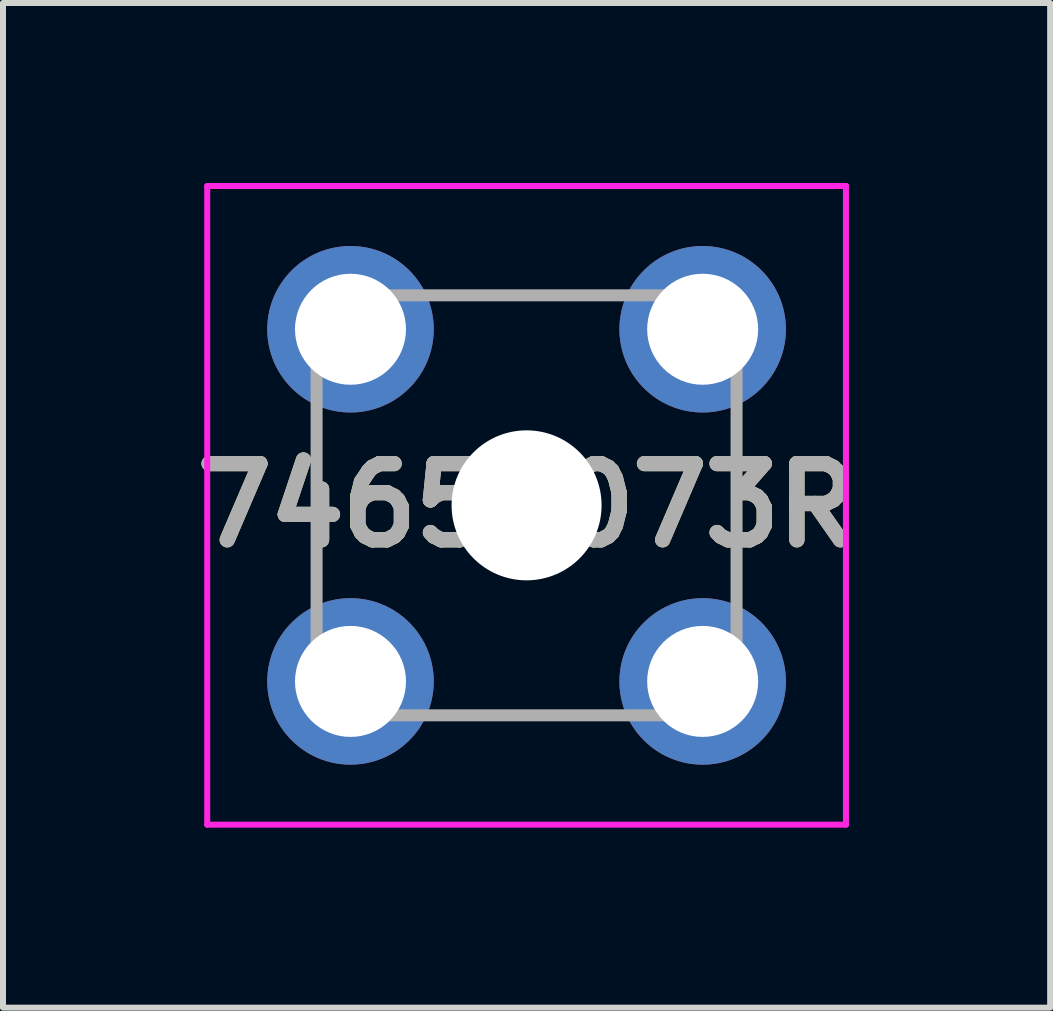
<source format=kicad_pcb>
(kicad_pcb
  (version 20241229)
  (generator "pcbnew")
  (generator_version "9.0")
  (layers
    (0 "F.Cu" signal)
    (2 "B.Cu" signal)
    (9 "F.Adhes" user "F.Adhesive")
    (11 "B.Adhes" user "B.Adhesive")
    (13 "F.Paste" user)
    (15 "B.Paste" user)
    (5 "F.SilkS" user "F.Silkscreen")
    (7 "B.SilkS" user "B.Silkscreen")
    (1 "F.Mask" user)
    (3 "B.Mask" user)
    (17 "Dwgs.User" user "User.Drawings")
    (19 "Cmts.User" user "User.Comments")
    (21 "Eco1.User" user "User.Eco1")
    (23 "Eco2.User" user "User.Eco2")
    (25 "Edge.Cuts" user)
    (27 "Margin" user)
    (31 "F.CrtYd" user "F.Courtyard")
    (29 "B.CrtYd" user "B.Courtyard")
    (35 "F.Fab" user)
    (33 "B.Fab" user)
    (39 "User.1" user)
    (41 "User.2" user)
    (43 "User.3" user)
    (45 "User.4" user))
  (footprint "74650073R"
    (layer "F.Cu")
    (at 2.792 8.308)
    (property "Reference" "74650073R" (at 2.935 -2.935 0) (layer "F.SilkS") (effects (font (size 1.27 1.27) (thickness 0.254))))
    (attr through_hole)
    (fp_line (start -0.565 -3.935) (end -0.565 -3.935) (stroke (width 0.1) (type solid)) (layer "F.SilkS"))
    (fp_line (start -0.565 -3.935) (end -0.565 -1.935) (stroke (width 0.1) (type solid)) (layer "F.SilkS"))
    (fp_line (start -0.565 -1.935) (end -0.565 -3.935) (stroke (width 0.1) (type solid)) (layer "F.SilkS"))
    (fp_line (start -0.565 -1.935) (end -0.565 -1.935) (stroke (width 0.1) (type solid)) (layer "F.SilkS"))
    (fp_line (start 1.685 -6.435) (end 1.685 -6.435) (stroke (width 0.1) (type solid)) (layer "F.SilkS"))
    (fp_line (start 1.685 -6.435) (end 4.185 -6.435) (stroke (width 0.1) (type solid)) (layer "F.SilkS"))
    (fp_line (start 1.685 0.565) (end 1.685 0.565) (stroke (width 0.1) (type solid)) (layer "F.SilkS"))
    (fp_line (start 1.685 0.565) (end 4.185 0.565) (stroke (width 0.1) (type solid)) (layer "F.SilkS"))
    (fp_line (start 4.185 -6.435) (end 1.685 -6.435) (stroke (width 0.1) (type solid)) (layer "F.SilkS"))
    (fp_line (start 4.185 -6.435) (end 4.185 -6.435) (stroke (width 0.1) (type solid)) (layer "F.SilkS"))
    (fp_line (start 4.185 0.565) (end 1.685 0.565) (stroke (width 0.1) (type solid)) (layer "F.SilkS"))
    (fp_line (start 4.185 0.565) (end 4.185 0.565) (stroke (width 0.1) (type solid)) (layer "F.SilkS"))
    (fp_line (start 6.435 -4.185) (end 6.435 -4.185) (stroke (width 0.1) (type solid)) (layer "F.SilkS"))
    (fp_line (start 6.435 -4.185) (end 6.435 -1.685) (stroke (width 0.1) (type solid)) (layer "F.SilkS"))
    (fp_line (start 6.435 -1.685) (end 6.435 -4.185) (stroke (width 0.1) (type solid)) (layer "F.SilkS"))
    (fp_line (start 6.435 -1.685) (end 6.435 -1.685) (stroke (width 0.1) (type solid)) (layer "F.SilkS"))
    (fp_line (start -2.388 -8.258) (end 8.258 -8.258) (stroke (width 0.1) (type solid)) (layer "F.CrtYd"))
    (fp_line (start -2.388 2.388) (end -2.388 -8.258) (stroke (width 0.1) (type solid)) (layer "F.CrtYd"))
    (fp_line (start 8.258 -8.258) (end 8.258 2.388) (stroke (width 0.1) (type solid)) (layer "F.CrtYd"))
    (fp_line (start 8.258 2.388) (end -2.388 2.388) (stroke (width 0.1) (type solid)) (layer "F.CrtYd"))
    (fp_line (start -0.565 -6.435) (end 6.435 -6.435) (stroke (width 0.2) (type solid)) (layer "F.Fab"))
    (fp_line (start -0.565 0.565) (end -0.565 -6.435) (stroke (width 0.2) (type solid)) (layer "F.Fab"))
    (fp_line (start 6.435 -6.435) (end 6.435 0.565) (stroke (width 0.2) (type solid)) (layer "F.Fab"))
    (fp_line (start 6.435 0.565) (end -0.565 0.565) (stroke (width 0.2) (type solid)) (layer "F.Fab"))
    (fp_text user "${REFERENCE}" (at 2.935 -2.935 0) (layer "F.Fab") (effects (font (size 1.27 1.27) (thickness 0.254))))
    (pad "" np_thru_hole circle (at 2.935 -2.935) (size 2.5 2.5) (drill 2.5) (layers "*.Cu" "*.Mask"))
    (pad "1" thru_hole circle (at 0 0) (size 2.775 2.775) (drill 1.85) (layers "*.Cu" "*.Mask"))
    (pad "2" thru_hole circle (at 5.87 0) (size 2.775 2.775) (drill 1.85) (layers "*.Cu" "*.Mask"))
    (pad "3" thru_hole circle (at 5.87 -5.87) (size 2.775 2.775) (drill 1.85) (layers "*.Cu" "*.Mask"))
    (pad "4" thru_hole circle (at 0 -5.87) (size 2.775 2.775) (drill 1.85) (layers "*.Cu" "*.Mask")))
  (gr_rect
    (start -3 -3)
    (end 14.454 13.746)
    (stroke (width 0.1) (type default))
    (fill no)
    (layer "Edge.Cuts")))
</source>
